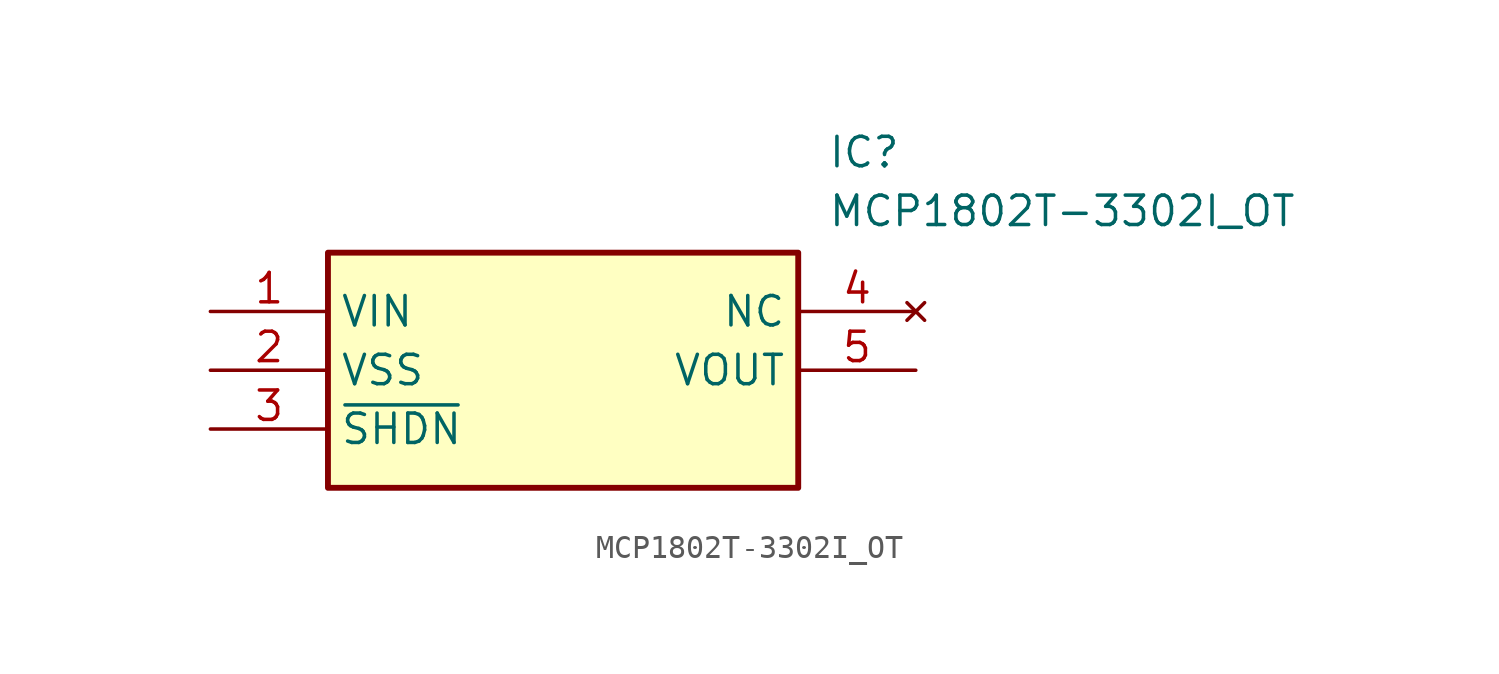
<source format=kicad_sym>
(kicad_symbol_lib
  (version 20220914)
  (generator SamacSys_ECAD_Model)
  (symbol "MCP1802T-3302I_OT"
    (property "Reference" "IC"
      (at 26.67 7.62 0)
      (effects (font (size 1.27 1.27)) (justify left top)))
    (property "Value" "MCP1802T-3302I_OT"
      (at 26.67 5.08 0)
      (effects (font (size 1.27 1.27)) (justify left top)))
    (rectangle
      (start 5.08 2.54)
      (end 25.4 -7.62)
      (stroke (width 0.254) (type default))
      (fill (type background)))
    (pin passive line
      (at 0 0 0)
      (length 5.08)
      (name "VIN" (effects (font (size 1.27 1.27))))
      (number "1" (effects (font (size 1.27 1.27)))))
    (pin passive line
      (at 0 -2.54 0)
      (length 5.08)
      (name "VSS" (effects (font (size 1.27 1.27))))
      (number "2" (effects (font (size 1.27 1.27)))))
    (pin passive line
      (at 0 -5.08 0)
      (length 5.08)
      (name "~{SHDN}" (effects (font (size 1.27 1.27))))
      (number "3" (effects (font (size 1.27 1.27)))))
    (pin no_connect line
      (at 30.48 0 180)
      (length 5.08)
      (name "NC" (effects (font (size 1.27 1.27))))
      (number "4" (effects (font (size 1.27 1.27)))))
    (pin passive line
      (at 30.48 -2.54 180)
      (length 5.08)
      (name "VOUT" (effects (font (size 1.27 1.27))))
      (number "5" (effects (font (size 1.27 1.27)))))))
</source>
